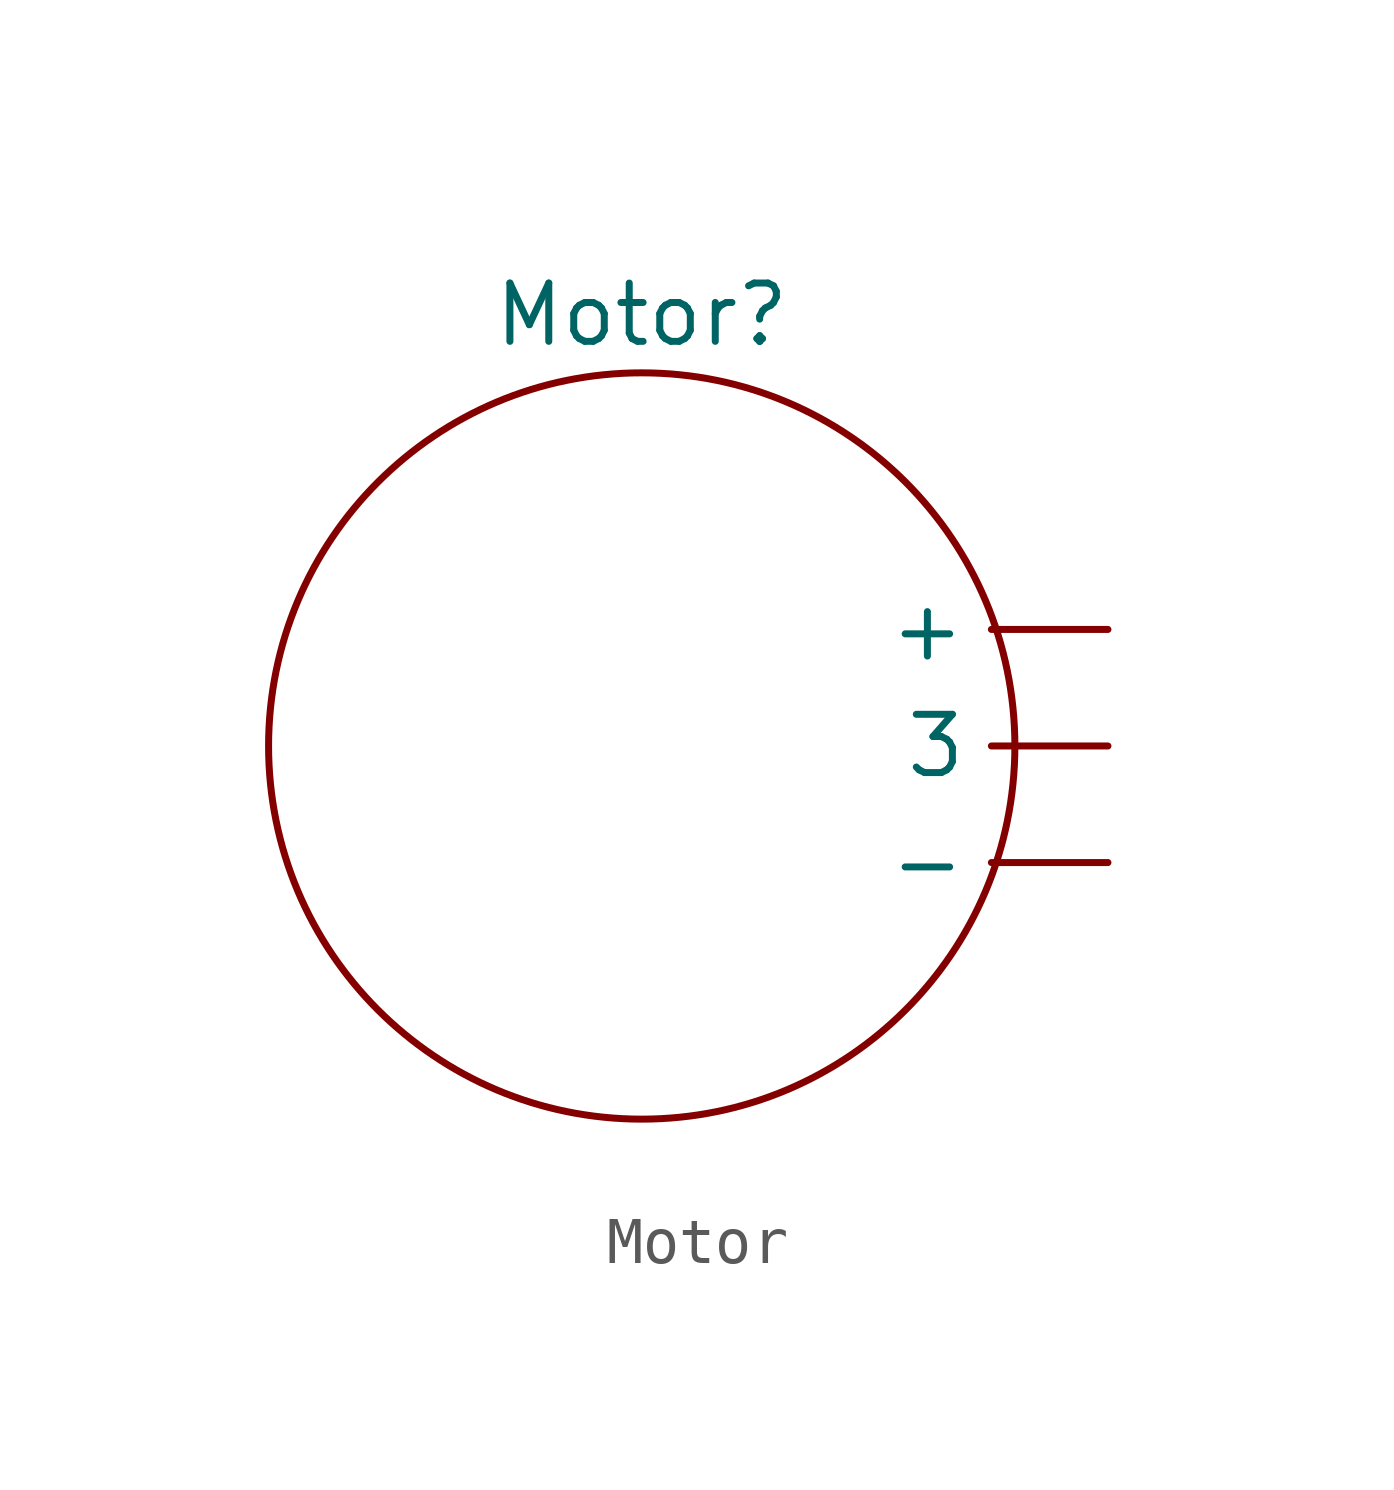
<source format=kicad_sym>
(kicad_symbol_lib
  (version 20231120)
  (generator "kicad_symbol_editor")
  (generator_version "8.0")
  (symbol "Motor"
    (property "Reference" "Motor"
      (at 0 9.398 0)
      (effects (font (size 1.27 1.27))))
    (property "Value" ""
      (at 0 0 0)
      (effects (font (size 1.27 1.27))))
    (symbol "Motor_0_1"
      (circle (center 0 0) (radius 8.132) (stroke (width 0) (type default)) (fill (type none))))
    (symbol "Motor_1_1"
      (pin power_out line (at 10.16 2.54 180) (length 2.54) (name "+" (effects (font (size 1.27 1.27)))) (number "" (effects (font (size 1.27 1.27)))))
      (pin power_out line (at 10.16 -2.54 180) (length 2.54) (name "-" (effects (font (size 1.27 1.27)))) (number "" (effects (font (size 1.27 1.27)))))
      (pin power_out line (at 10.16 0 180) (length 2.54) (name "3" (effects (font (size 1.27 1.27)))) (number "" (effects (font (size 1.27 1.27))))))))
</source>
